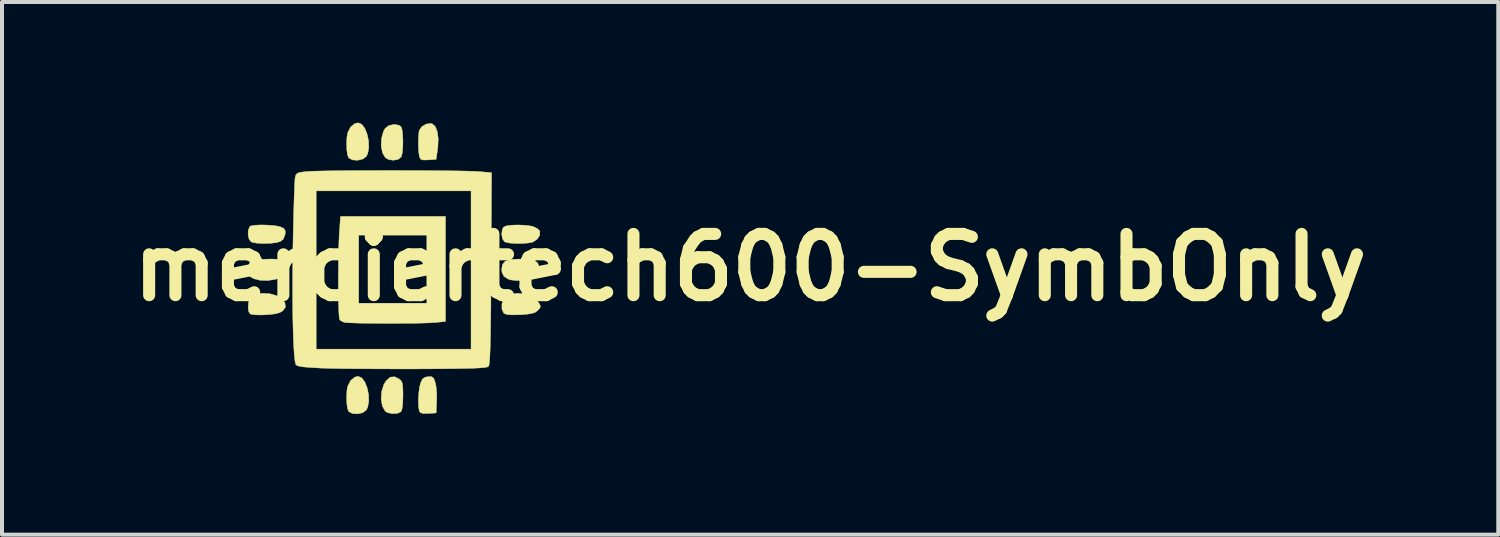
<source format=kicad_pcb>
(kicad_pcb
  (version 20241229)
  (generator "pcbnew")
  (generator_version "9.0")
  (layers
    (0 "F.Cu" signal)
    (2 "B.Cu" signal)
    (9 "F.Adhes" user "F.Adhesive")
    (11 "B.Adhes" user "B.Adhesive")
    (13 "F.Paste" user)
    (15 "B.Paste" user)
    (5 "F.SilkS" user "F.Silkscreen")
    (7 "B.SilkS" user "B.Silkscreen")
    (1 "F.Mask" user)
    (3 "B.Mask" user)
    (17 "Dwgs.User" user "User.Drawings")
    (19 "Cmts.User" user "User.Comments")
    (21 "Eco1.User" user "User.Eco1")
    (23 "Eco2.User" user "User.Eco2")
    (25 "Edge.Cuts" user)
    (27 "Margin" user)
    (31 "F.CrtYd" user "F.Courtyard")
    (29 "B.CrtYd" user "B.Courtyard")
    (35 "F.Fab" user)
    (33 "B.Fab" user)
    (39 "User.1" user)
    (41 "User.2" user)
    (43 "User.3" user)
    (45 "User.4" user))
  (footprint "merciertech600-SymbOnly"
    (layer "F.Cu")
    (at 15.61 3.603)
    (property "Reference" "merciertech600-SymbOnly" (at 0 0 0) (layer "F.SilkS") (effects (font (size 1.524 1.524) (thickness 0.3))))
    (attr through_hole)
    (fp_poly (pts (xy -11.939 0.655) (xy -11.763 0.708) (xy -11.667 0.766) (xy -11.573 0.876) (xy -11.559 0.984) (xy -11.624 1.078) (xy -11.704 1.124) (xy -11.819 1.154) (xy -11.98 1.173) (xy -12.156 1.182) (xy -12.316 1.178) (xy -12.427 1.16) (xy -12.435 1.157) (xy -12.473 1.102) (xy -12.487 0.999) (xy -12.478 0.88) (xy -12.447 0.779) (xy -12.423 0.746) (xy -12.297 0.672) (xy -12.126 0.642) (xy -11.939 0.655)) (stroke (width 0.01) (type solid)) (fill yes) (layer "F.SilkS"))
    (fp_poly (pts (xy -9.66 -3.56) (xy -9.584 -3.458) (xy -9.527 -3.313) (xy -9.492 -3.147) (xy -9.486 -2.98) (xy -9.513 -2.833) (xy -9.549 -2.761) (xy -9.637 -2.696) (xy -9.763 -2.666) (xy -9.892 -2.675) (xy -9.985 -2.724) (xy -9.989 -2.728) (xy -10.017 -2.805) (xy -10.034 -2.937) (xy -10.038 -3.093) (xy -10.03 -3.245) (xy -10.01 -3.354) (xy -9.936 -3.498) (xy -9.828 -3.582) (xy -9.749 -3.598) (xy -9.66 -3.56)) (stroke (width 0.01) (type solid)) (fill yes) (layer "F.SilkS"))
    (fp_poly (pts (xy -9.66 2.748) (xy -9.584 2.85) (xy -9.527 2.995) (xy -9.492 3.161) (xy -9.486 3.328) (xy -9.513 3.474) (xy -9.549 3.547) (xy -9.637 3.612) (xy -9.763 3.642) (xy -9.892 3.633) (xy -9.985 3.584) (xy -9.989 3.58) (xy -10.017 3.502) (xy -10.034 3.371) (xy -10.038 3.214) (xy -10.03 3.063) (xy -10.01 2.953) (xy -9.936 2.81) (xy -9.828 2.725) (xy -9.749 2.709) (xy -9.66 2.748)) (stroke (width 0.01) (type solid)) (fill yes) (layer "F.SilkS"))
    (fp_poly (pts (xy -8.741 -3.539) (xy -8.687 -3.505) (xy -8.66 -3.436) (xy -8.644 -3.31) (xy -8.637 -3.152) (xy -8.64 -2.989) (xy -8.654 -2.847) (xy -8.678 -2.753) (xy -8.68 -2.749) (xy -8.754 -2.689) (xy -8.87 -2.667) (xy -8.991 -2.683) (xy -9.076 -2.732) (xy -9.146 -2.854) (xy -9.178 -3.023) (xy -9.17 -3.208) (xy -9.123 -3.38) (xy -9.078 -3.462) (xy -8.987 -3.53) (xy -8.861 -3.558) (xy -8.741 -3.539)) (stroke (width 0.01) (type solid)) (fill yes) (layer "F.SilkS"))
    (fp_poly (pts (xy -8.73 2.775) (xy -8.683 2.817) (xy -8.655 2.874) (xy -8.641 2.967) (xy -8.636 3.116) (xy -8.636 3.19) (xy -8.642 3.385) (xy -8.66 3.524) (xy -8.687 3.59) (xy -8.777 3.631) (xy -8.903 3.637) (xy -9.022 3.61) (xy -9.076 3.576) (xy -9.149 3.449) (xy -9.179 3.278) (xy -9.167 3.091) (xy -9.113 2.915) (xy -9.055 2.819) (xy -8.952 2.729) (xy -8.841 2.719) (xy -8.73 2.775)) (stroke (width 0.01) (type solid)) (fill yes) (layer "F.SilkS"))
    (fp_poly (pts (xy -7.912 -3.576) (xy -7.834 -3.509) (xy -7.782 -3.377) (xy -7.759 -3.196) (xy -7.769 -2.981) (xy -7.773 -2.955) (xy -7.811 -2.688) (xy -8.006 -2.675) (xy -8.128 -2.673) (xy -8.192 -2.691) (xy -8.222 -2.741) (xy -8.228 -2.76) (xy -8.245 -2.876) (xy -8.253 -3.039) (xy -8.251 -3.211) (xy -8.24 -3.357) (xy -8.23 -3.413) (xy -8.167 -3.504) (xy -8.058 -3.567) (xy -7.94 -3.582) (xy -7.912 -3.576)) (stroke (width 0.01) (type solid)) (fill yes) (layer "F.SilkS"))
    (fp_poly (pts (xy -7.874 2.753) (xy -7.837 2.848) (xy -7.831 2.866) (xy -7.808 2.993) (xy -7.796 3.165) (xy -7.797 3.323) (xy -7.811 3.619) (xy -8.006 3.632) (xy -8.137 3.633) (xy -8.206 3.608) (xy -8.228 3.576) (xy -8.248 3.469) (xy -8.253 3.31) (xy -8.244 3.134) (xy -8.223 2.972) (xy -8.2 2.879) (xy -8.151 2.775) (xy -8.08 2.729) (xy -8.014 2.717) (xy -7.924 2.717) (xy -7.874 2.753)) (stroke (width 0.01) (type solid)) (fill yes) (layer "F.SilkS"))
    (fp_poly (pts (xy -5.673 -0.205) (xy -5.479 -0.191) (xy -5.355 -0.164) (xy -5.285 -0.115) (xy -5.255 -0.035) (xy -5.25 0.046) (xy -5.286 0.178) (xy -5.395 0.269) (xy -5.578 0.318) (xy -5.664 0.325) (xy -5.818 0.325) (xy -5.952 0.31) (xy -6.01 0.294) (xy -6.125 0.222) (xy -6.174 0.117) (xy -6.18 0.038) (xy -6.16 -0.078) (xy -6.092 -0.155) (xy -5.965 -0.197) (xy -5.771 -0.208) (xy -5.673 -0.205)) (stroke (width 0.01) (type solid)) (fill yes) (layer "F.SilkS"))
    (fp_poly (pts (xy -5.589 0.667) (xy -5.416 0.735) (xy -5.285 0.842) (xy -5.267 0.867) (xy -5.22 0.949) (xy -5.226 1.004) (xy -5.283 1.069) (xy -5.346 1.116) (xy -5.433 1.146) (xy -5.567 1.165) (xy -5.724 1.176) (xy -5.925 1.18) (xy -6.054 1.17) (xy -6.123 1.143) (xy -6.128 1.138) (xy -6.174 1.038) (xy -6.175 0.908) (xy -6.134 0.787) (xy -6.098 0.742) (xy -5.956 0.667) (xy -5.778 0.643) (xy -5.589 0.667)) (stroke (width 0.01) (type solid)) (fill yes) (layer "F.SilkS"))
    (fp_poly (pts (xy -11.989 -1.053) (xy -11.823 -1.039) (xy -11.699 -1.015) (xy -11.688 -1.011) (xy -11.595 -0.968) (xy -11.563 -0.906) (xy -11.565 -0.832) (xy -11.61 -0.707) (xy -11.684 -0.647) (xy -11.79 -0.617) (xy -11.944 -0.6) (xy -12.115 -0.596) (xy -12.275 -0.605) (xy -12.391 -0.628) (xy -12.414 -0.638) (xy -12.466 -0.708) (xy -12.489 -0.816) (xy -12.484 -0.929) (xy -12.448 -1.013) (xy -12.421 -1.033) (xy -12.319 -1.051) (xy -12.165 -1.058) (xy -11.989 -1.053)) (stroke (width 0.01) (type solid)) (fill yes) (layer "F.SilkS"))
    (fp_poly (pts (xy -11.785 -0.204) (xy -11.712 -0.182) (xy -11.657 -0.142) (xy -11.646 -0.131) (xy -11.569 -0.009) (xy -11.568 0.116) (xy -11.643 0.222) (xy -11.667 0.239) (xy -11.81 0.297) (xy -11.997 0.324) (xy -12.188 0.319) (xy -12.348 0.279) (xy -12.351 0.278) (xy -12.447 0.22) (xy -12.484 0.144) (xy -12.488 0.076) (xy -12.479 -0.045) (xy -12.444 -0.124) (xy -12.366 -0.17) (xy -12.232 -0.194) (xy -12.071 -0.205) (xy -11.897 -0.21) (xy -11.785 -0.204)) (stroke (width 0.01) (type solid)) (fill yes) (layer "F.SilkS"))
    (fp_poly (pts (xy -5.601 -1.05) (xy -5.454 -1.031) (xy -5.386 -1.013) (xy -5.288 -0.963) (xy -5.232 -0.905) (xy -5.232 -0.904) (xy -5.233 -0.803) (xy -5.297 -0.703) (xy -5.403 -0.633) (xy -5.515 -0.609) (xy -5.671 -0.597) (xy -5.84 -0.597) (xy -5.992 -0.609) (xy -6.095 -0.633) (xy -6.107 -0.638) (xy -6.16 -0.711) (xy -6.18 -0.825) (xy -6.167 -0.94) (xy -6.13 -1.008) (xy -6.058 -1.036) (xy -5.929 -1.052) (xy -5.768 -1.057) (xy -5.601 -1.05)) (stroke (width 0.01) (type solid)) (fill yes) (layer "F.SilkS"))
    (fp_poly (pts (xy -7.578 1.343) (xy -7.838 1.37) (xy -7.955 1.377) (xy -8.133 1.383) (xy -8.359 1.388) (xy -8.617 1.39) (xy -8.892 1.392) (xy -9.171 1.391) (xy -9.438 1.389) (xy -9.678 1.386) (xy -9.878 1.38) (xy -10.022 1.374) (xy -10.097 1.366) (xy -10.181 1.327) (xy -10.212 1.297) (xy -10.222 1.24) (xy -10.231 1.112) (xy -10.237 0.926) (xy -10.241 0.698) (xy -10.243 0.44) (xy -10.243 0.166) (xy -10.241 -0.11) (xy -10.237 -0.374) (xy -10.23 -0.613) (xy -10.222 -0.804) (xy -9.737 -0.804) (xy -9.737 0.889) (xy -8.043 0.889) (xy -8.043 -0.804) (xy -9.737 -0.804) (xy -10.222 -0.804) (xy -10.222 -0.812) (xy -10.217 -0.882) (xy -10.19 -1.27) (xy -7.578 -1.27) (xy -7.578 1.343)) (stroke (width 0.01) (type solid)) (fill yes) (layer "F.SilkS"))
    (fp_poly (pts (xy -8.74 -2.412) (xy -8.356 -2.411) (xy -7.986 -2.409) (xy -7.644 -2.406) (xy -7.338 -2.403) (xy -7.082 -2.398) (xy -6.886 -2.392) (xy -6.76 -2.386) (xy -6.757 -2.386) (xy -6.432 -2.358) (xy -6.444 0.025) (xy -6.447 0.558) (xy -6.45 1.011) (xy -6.455 1.391) (xy -6.459 1.703) (xy -6.465 1.953) (xy -6.472 2.146) (xy -6.48 2.289) (xy -6.489 2.386) (xy -6.5 2.443) (xy -6.51 2.463) (xy -6.542 2.477) (xy -6.611 2.489) (xy -6.724 2.499) (xy -6.887 2.507) (xy -7.107 2.513) (xy -7.39 2.517) (xy -7.743 2.521) (xy -8.172 2.523) (xy -8.331 2.524) (xy -8.737 2.524) (xy -9.14 2.523) (xy -9.526 2.521) (xy -9.884 2.518) (xy -10.199 2.515) (xy -10.458 2.51) (xy -10.648 2.504) (xy -10.68 2.503) (xy -10.935 2.489) (xy -11.116 2.473) (xy -11.231 2.453) (xy -11.29 2.428) (xy -11.3 2.417) (xy -11.321 2.341) (xy -11.339 2.188) (xy -11.353 1.966) (xy -11.365 1.682) (xy -11.374 1.343) (xy -11.38 0.958) (xy -11.382 0.535) (xy -11.38 0.08) (xy -11.375 -0.399) (xy -11.372 -0.572) (xy -11.365 -0.928) (xy -11.357 -1.262) (xy -11.349 -1.564) (xy -11.34 -1.822) (xy -11.337 -1.905) (xy -10.795 -1.905) (xy -10.795 2.032) (xy -6.943 2.032) (xy -6.943 -1.905) (xy -10.795 -1.905) (xy -11.337 -1.905) (xy -11.333 -2.026) (xy -11.325 -2.166) (xy -11.32 -2.227) (xy -11.301 -2.301) (xy -11.265 -2.343) (xy -11.189 -2.367) (xy -11.053 -2.385) (xy -11.039 -2.386) (xy -10.931 -2.393) (xy -10.75 -2.398) (xy -10.506 -2.403) (xy -10.211 -2.407) (xy -9.876 -2.41) (xy -9.512 -2.411) (xy -9.129 -2.412) (xy -8.74 -2.412)) (stroke (width 0.01) (type solid)) (fill yes) (layer "F.SilkS")))
  (gr_rect
    (start -3 -3)
    (end 34.22 10.25)
    (stroke (width 0.1) (type default))
    (fill no)
    (layer "Edge.Cuts")))
</source>
